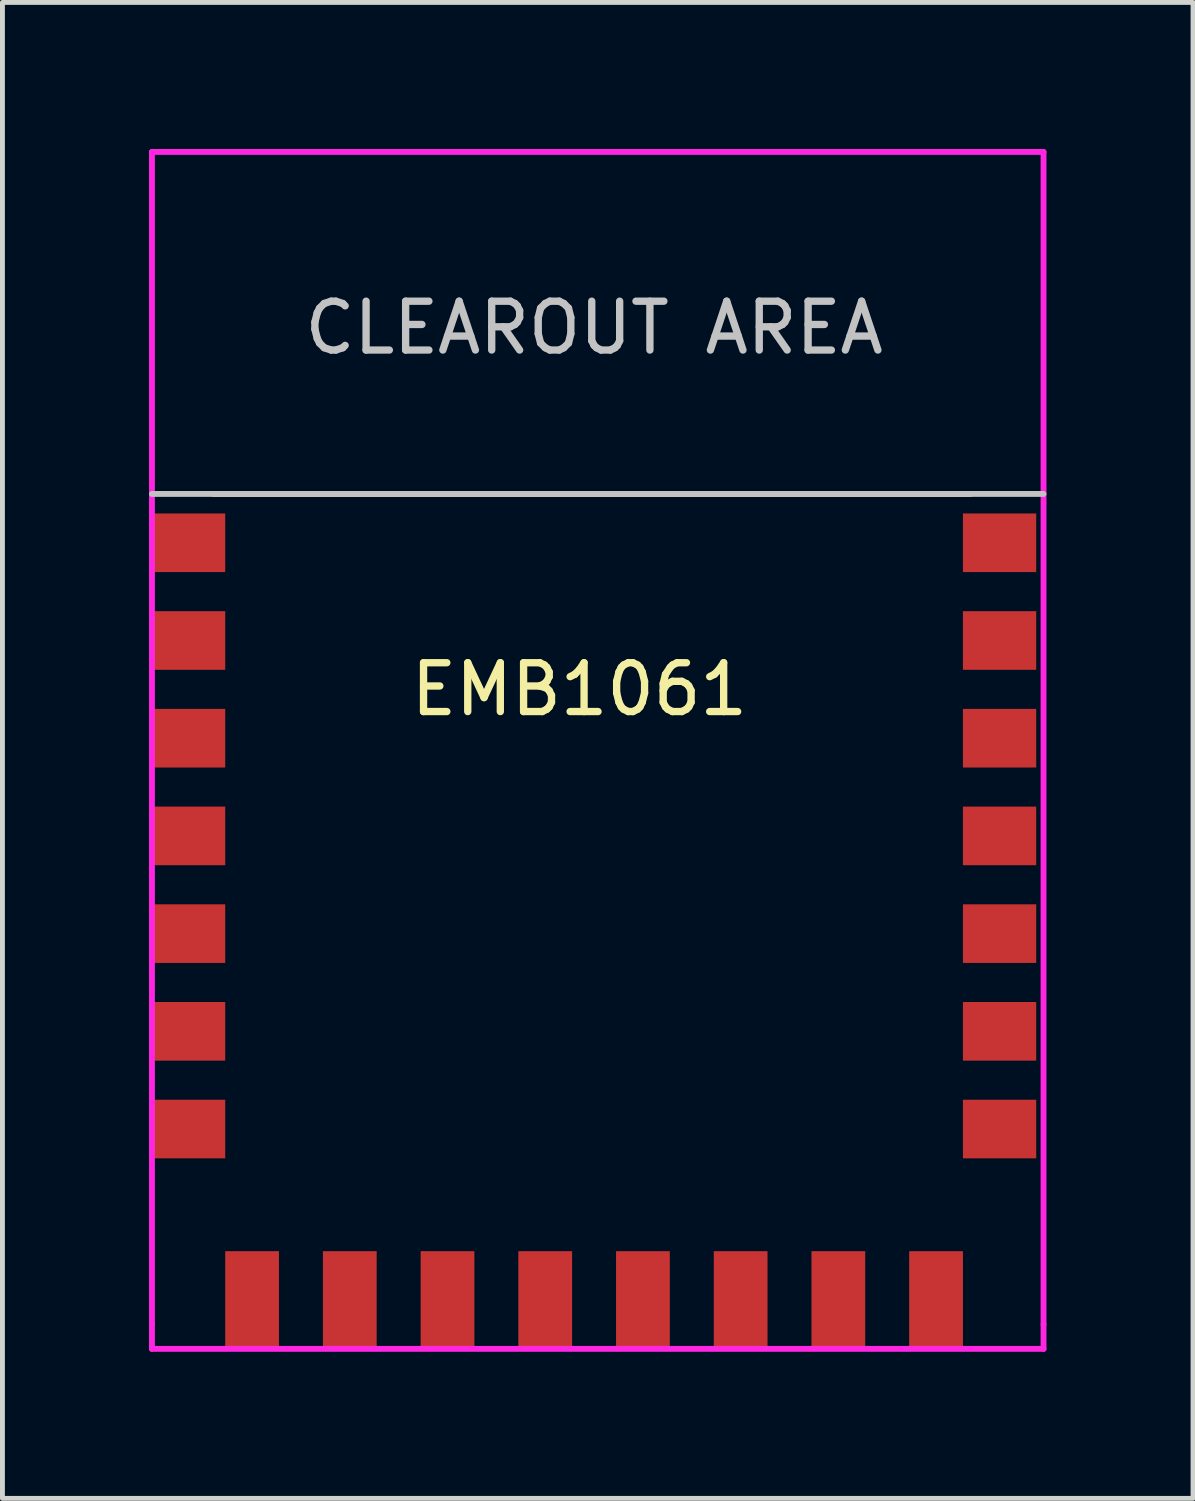
<source format=kicad_pcb>
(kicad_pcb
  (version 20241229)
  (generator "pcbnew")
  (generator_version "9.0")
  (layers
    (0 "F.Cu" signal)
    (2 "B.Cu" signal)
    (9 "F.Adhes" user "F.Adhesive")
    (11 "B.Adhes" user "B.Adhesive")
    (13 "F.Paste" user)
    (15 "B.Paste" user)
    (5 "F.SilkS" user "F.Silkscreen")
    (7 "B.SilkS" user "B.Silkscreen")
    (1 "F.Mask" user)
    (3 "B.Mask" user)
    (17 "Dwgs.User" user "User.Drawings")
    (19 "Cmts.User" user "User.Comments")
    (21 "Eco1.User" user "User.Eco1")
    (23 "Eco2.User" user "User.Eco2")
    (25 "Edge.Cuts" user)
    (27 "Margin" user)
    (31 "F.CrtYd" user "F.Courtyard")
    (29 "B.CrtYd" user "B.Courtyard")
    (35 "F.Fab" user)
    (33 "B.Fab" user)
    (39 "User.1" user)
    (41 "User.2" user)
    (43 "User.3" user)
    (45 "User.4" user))
  (footprint "EMB1061"
    (layer "F.Cu")
    (at 1.81 8.06)
    (property "Reference" "EMB1061" (at 7 3 0) (layer "F.SilkS") (effects (font (size 1 1) (thickness 0.15))))
    (attr through_hole)
    (fp_line (start -0.5 -1) (end 15 -1) (stroke (width 0.12) (type solid)) (layer "F.SilkS"))
    (fp_line (start -1.75 -1) (end 16.5 -1) (stroke (width 0.12) (type solid)) (layer "Dwgs.User"))
    (fp_line (start -1.75 -8) (end 16.5 -8) (stroke (width 0.12) (type solid)) (layer "F.CrtYd"))
    (fp_line (start -1.75 0) (end -1.75 -8) (stroke (width 0.12) (type solid)) (layer "F.CrtYd"))
    (fp_line (start -1.75 16) (end -1.75 0) (stroke (width 0.12) (type solid)) (layer "F.CrtYd"))
    (fp_line (start -1.75 16) (end -1.75 16.5) (stroke (width 0.12) (type solid)) (layer "F.CrtYd"))
    (fp_line (start -1.75 16.5) (end 16.5 16.5) (stroke (width 0.12) (type solid)) (layer "F.CrtYd"))
    (fp_line (start 16.5 -8) (end 16.5 16) (stroke (width 0.12) (type solid)) (layer "F.CrtYd"))
    (fp_line (start 16.5 16.5) (end 16.5 16) (stroke (width 0.12) (type solid)) (layer "F.CrtYd"))
    (fp_text user "CLEAROUT AREA" (at 7.3 -4.4 0) (layer "Dwgs.User") (effects (font (size 1 1) (thickness 0.15))))
    (pad "1" smd rect (at -1 0) (size 1.5 1.2) (layers "F.Cu" "F.Mask" "F.Paste"))
    (pad "2" smd rect (at -1 2) (size 1.5 1.2) (layers "F.Cu" "F.Mask" "F.Paste"))
    (pad "3" smd rect (at -1 4) (size 1.5 1.2) (layers "F.Cu" "F.Mask" "F.Paste"))
    (pad "4" smd rect (at -1 6) (size 1.5 1.2) (layers "F.Cu" "F.Mask" "F.Paste"))
    (pad "5" smd rect (at -1 8) (size 1.5 1.2) (layers "F.Cu" "F.Mask" "F.Paste"))
    (pad "6" smd rect (at -1 10) (size 1.5 1.2) (layers "F.Cu" "F.Mask" "F.Paste"))
    (pad "7" smd rect (at -1 12) (size 1.5 1.2) (layers "F.Cu" "F.Mask" "F.Paste"))
    (pad "8" smd rect (at 0.3 15.5 270) (size 2 1.1) (layers "F.Cu" "F.Mask" "F.Paste"))
    (pad "9" smd rect (at 2.3 15.5 90) (size 2 1.1) (layers "F.Cu" "F.Mask" "F.Paste"))
    (pad "10" smd rect (at 4.3 15.5 90) (size 2 1.1) (layers "F.Cu" "F.Mask" "F.Paste"))
    (pad "11" smd rect (at 6.3 15.5 90) (size 2 1.1) (layers "F.Cu" "F.Mask" "F.Paste"))
    (pad "12" smd rect (at 8.3 15.5 90) (size 2 1.1) (layers "F.Cu" "F.Mask" "F.Paste"))
    (pad "13" smd rect (at 10.3 15.5 90) (size 2 1.1) (layers "F.Cu" "F.Mask" "F.Paste"))
    (pad "14" smd rect (at 12.3 15.5 90) (size 2 1.1) (layers "F.Cu" "F.Mask" "F.Paste"))
    (pad "15" smd rect (at 14.3 15.5 90) (size 2 1.1) (layers "F.Cu" "F.Mask" "F.Paste"))
    (pad "16" smd rect (at 15.6 12) (size 1.5 1.2) (layers "F.Cu" "F.Mask" "F.Paste"))
    (pad "17" smd rect (at 15.6 10) (size 1.5 1.2) (layers "F.Cu" "F.Mask" "F.Paste"))
    (pad "18" smd rect (at 15.6 8) (size 1.5 1.2) (layers "F.Cu" "F.Mask" "F.Paste"))
    (pad "19" smd rect (at 15.6 6) (size 1.5 1.2) (layers "F.Cu" "F.Mask" "F.Paste"))
    (pad "20" smd rect (at 15.6 4) (size 1.5 1.2) (layers "F.Cu" "F.Mask" "F.Paste"))
    (pad "21" smd rect (at 15.6 2) (size 1.5 1.2) (layers "F.Cu" "F.Mask" "F.Paste"))
    (pad "22" smd rect (at 15.6 0) (size 1.5 1.2) (layers "F.Cu" "F.Mask" "F.Paste")))
  (gr_rect
    (start -3 -3)
    (end 21.37 27.62)
    (stroke (width 0.1) (type default))
    (fill no)
    (layer "Edge.Cuts")))
</source>
